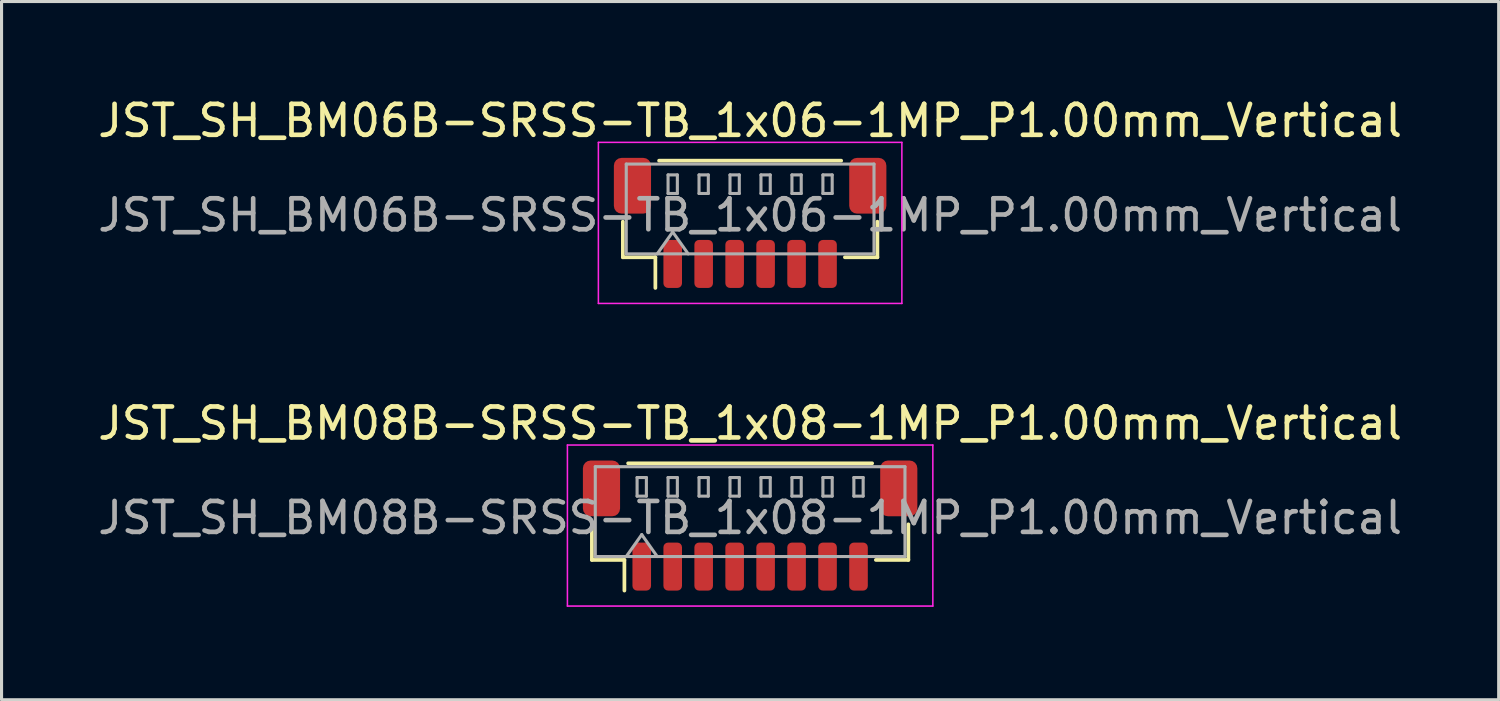
<source format=kicad_pcb>
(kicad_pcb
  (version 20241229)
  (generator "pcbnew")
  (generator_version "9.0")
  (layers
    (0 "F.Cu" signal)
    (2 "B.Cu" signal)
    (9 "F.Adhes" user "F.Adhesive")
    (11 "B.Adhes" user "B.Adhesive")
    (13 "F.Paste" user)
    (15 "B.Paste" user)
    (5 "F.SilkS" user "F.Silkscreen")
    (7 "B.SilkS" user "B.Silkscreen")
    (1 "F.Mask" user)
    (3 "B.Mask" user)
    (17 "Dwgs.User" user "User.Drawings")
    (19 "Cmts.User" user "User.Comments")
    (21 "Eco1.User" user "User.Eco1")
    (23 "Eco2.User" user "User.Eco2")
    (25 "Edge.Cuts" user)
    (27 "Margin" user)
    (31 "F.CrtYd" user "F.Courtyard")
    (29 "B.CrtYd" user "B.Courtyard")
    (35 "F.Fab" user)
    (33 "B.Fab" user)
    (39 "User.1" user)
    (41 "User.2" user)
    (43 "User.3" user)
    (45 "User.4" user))
  (footprint "JST_SH_BM06B-SRSS-TB_1x06-1MP_P1.00mm_Vertical"
    (layer "F.Cu")
    (at 21.173 4.148)
    (property "Reference" "JST_SH_BM06B-SRSS-TB_1x06-1MP_P1.00mm_Vertical" (at 0 -3.3 0) (layer "F.SilkS") (effects (font (size 1 1) (thickness 0.15))))
    (attr smd)
    (fp_line (start -4.11 -0.04) (end -4.11 1.11) (stroke (width 0.12) (type solid)) (layer "F.SilkS"))
    (fp_line (start -4.11 1.11) (end -3.06 1.11) (stroke (width 0.12) (type solid)) (layer "F.SilkS"))
    (fp_line (start -3.06 1.11) (end -3.06 2.1) (stroke (width 0.12) (type solid)) (layer "F.SilkS"))
    (fp_line (start -2.94 -2.01) (end 2.94 -2.01) (stroke (width 0.12) (type solid)) (layer "F.SilkS"))
    (fp_line (start 4.11 -0.04) (end 4.11 1.11) (stroke (width 0.12) (type solid)) (layer "F.SilkS"))
    (fp_line (start 4.11 1.11) (end 3.06 1.11) (stroke (width 0.12) (type solid)) (layer "F.SilkS"))
    (fp_line (start -4.9 -2.6) (end -4.9 2.6) (stroke (width 0.05) (type solid)) (layer "F.CrtYd"))
    (fp_line (start -4.9 2.6) (end 4.9 2.6) (stroke (width 0.05) (type solid)) (layer "F.CrtYd"))
    (fp_line (start 4.9 -2.6) (end -4.9 -2.6) (stroke (width 0.05) (type solid)) (layer "F.CrtYd"))
    (fp_line (start 4.9 2.6) (end 4.9 -2.6) (stroke (width 0.05) (type solid)) (layer "F.CrtYd"))
    (fp_line (start -4 -1.9) (end 4 -1.9) (stroke (width 0.1) (type solid)) (layer "F.Fab"))
    (fp_line (start -4 1) (end -4 -1.9) (stroke (width 0.1) (type solid)) (layer "F.Fab"))
    (fp_line (start -4 1) (end 4 1) (stroke (width 0.1) (type solid)) (layer "F.Fab"))
    (fp_line (start -3 1) (end -2.5 0.293) (stroke (width 0.1) (type solid)) (layer "F.Fab"))
    (fp_line (start -2.65 -1.55) (end -2.65 -0.95) (stroke (width 0.1) (type solid)) (layer "F.Fab"))
    (fp_line (start -2.65 -0.95) (end -2.35 -0.95) (stroke (width 0.1) (type solid)) (layer "F.Fab"))
    (fp_line (start -2.5 0.293) (end -2 1) (stroke (width 0.1) (type solid)) (layer "F.Fab"))
    (fp_line (start -2.35 -1.55) (end -2.65 -1.55) (stroke (width 0.1) (type solid)) (layer "F.Fab"))
    (fp_line (start -2.35 -0.95) (end -2.35 -1.55) (stroke (width 0.1) (type solid)) (layer "F.Fab"))
    (fp_line (start -1.65 -1.55) (end -1.65 -0.95) (stroke (width 0.1) (type solid)) (layer "F.Fab"))
    (fp_line (start -1.65 -0.95) (end -1.35 -0.95) (stroke (width 0.1) (type solid)) (layer "F.Fab"))
    (fp_line (start -1.35 -1.55) (end -1.65 -1.55) (stroke (width 0.1) (type solid)) (layer "F.Fab"))
    (fp_line (start -1.35 -0.95) (end -1.35 -1.55) (stroke (width 0.1) (type solid)) (layer "F.Fab"))
    (fp_line (start -0.65 -1.55) (end -0.65 -0.95) (stroke (width 0.1) (type solid)) (layer "F.Fab"))
    (fp_line (start -0.65 -0.95) (end -0.35 -0.95) (stroke (width 0.1) (type solid)) (layer "F.Fab"))
    (fp_line (start -0.35 -1.55) (end -0.65 -1.55) (stroke (width 0.1) (type solid)) (layer "F.Fab"))
    (fp_line (start -0.35 -0.95) (end -0.35 -1.55) (stroke (width 0.1) (type solid)) (layer "F.Fab"))
    (fp_line (start 0.35 -1.55) (end 0.35 -0.95) (stroke (width 0.1) (type solid)) (layer "F.Fab"))
    (fp_line (start 0.35 -0.95) (end 0.65 -0.95) (stroke (width 0.1) (type solid)) (layer "F.Fab"))
    (fp_line (start 0.65 -1.55) (end 0.35 -1.55) (stroke (width 0.1) (type solid)) (layer "F.Fab"))
    (fp_line (start 0.65 -0.95) (end 0.65 -1.55) (stroke (width 0.1) (type solid)) (layer "F.Fab"))
    (fp_line (start 1.35 -1.55) (end 1.35 -0.95) (stroke (width 0.1) (type solid)) (layer "F.Fab"))
    (fp_line (start 1.35 -0.95) (end 1.65 -0.95) (stroke (width 0.1) (type solid)) (layer "F.Fab"))
    (fp_line (start 1.65 -1.55) (end 1.35 -1.55) (stroke (width 0.1) (type solid)) (layer "F.Fab"))
    (fp_line (start 1.65 -0.95) (end 1.65 -1.55) (stroke (width 0.1) (type solid)) (layer "F.Fab"))
    (fp_line (start 2.35 -1.55) (end 2.35 -0.95) (stroke (width 0.1) (type solid)) (layer "F.Fab"))
    (fp_line (start 2.35 -0.95) (end 2.65 -0.95) (stroke (width 0.1) (type solid)) (layer "F.Fab"))
    (fp_line (start 2.65 -1.55) (end 2.35 -1.55) (stroke (width 0.1) (type solid)) (layer "F.Fab"))
    (fp_line (start 2.65 -0.95) (end 2.65 -1.55) (stroke (width 0.1) (type solid)) (layer "F.Fab"))
    (fp_line (start 4 1) (end 4 -1.9) (stroke (width 0.1) (type solid)) (layer "F.Fab"))
    (fp_text user "${REFERENCE}" (at 0 -0.25 0) (layer "F.Fab") (effects (font (size 1 1) (thickness 0.15))))
    (pad "1" smd roundrect (at -2.5 1.325) (size 0.6 1.55) (layers "F.Cu" "F.Mask" "F.Paste") (roundrect_rratio 0.25))
    (pad "2" smd roundrect (at -1.5 1.325) (size 0.6 1.55) (layers "F.Cu" "F.Mask" "F.Paste") (roundrect_rratio 0.25))
    (pad "3" smd roundrect (at -0.5 1.325) (size 0.6 1.55) (layers "F.Cu" "F.Mask" "F.Paste") (roundrect_rratio 0.25))
    (pad "4" smd roundrect (at 0.5 1.325) (size 0.6 1.55) (layers "F.Cu" "F.Mask" "F.Paste") (roundrect_rratio 0.25))
    (pad "5" smd roundrect (at 1.5 1.325) (size 0.6 1.55) (layers "F.Cu" "F.Mask" "F.Paste") (roundrect_rratio 0.25))
    (pad "6" smd roundrect (at 2.5 1.325) (size 0.6 1.55) (layers "F.Cu" "F.Mask" "F.Paste") (roundrect_rratio 0.25))
    (pad "MP" smd roundrect (at -3.8 -1.2) (size 1.2 1.8) (layers "F.Cu" "F.Mask" "F.Paste") (roundrect_rratio 0.208))
    (pad "MP" smd roundrect (at 3.8 -1.2) (size 1.2 1.8) (layers "F.Cu" "F.Mask" "F.Paste") (roundrect_rratio 0.208)))
  (footprint "JST_SH_BM08B-SRSS-TB_1x08-1MP_P1.00mm_Vertical"
    (layer "F.Cu")
    (at 21.173 13.921)
    (property "Reference" "JST_SH_BM08B-SRSS-TB_1x08-1MP_P1.00mm_Vertical" (at 0 -3.3 0) (layer "F.SilkS") (effects (font (size 1 1) (thickness 0.15))))
    (attr smd)
    (fp_line (start -5.11 -0.04) (end -5.11 1.11) (stroke (width 0.12) (type solid)) (layer "F.SilkS"))
    (fp_line (start -5.11 1.11) (end -4.06 1.11) (stroke (width 0.12) (type solid)) (layer "F.SilkS"))
    (fp_line (start -4.06 1.11) (end -4.06 2.1) (stroke (width 0.12) (type solid)) (layer "F.SilkS"))
    (fp_line (start -3.94 -2.01) (end 3.94 -2.01) (stroke (width 0.12) (type solid)) (layer "F.SilkS"))
    (fp_line (start 5.11 -0.04) (end 5.11 1.11) (stroke (width 0.12) (type solid)) (layer "F.SilkS"))
    (fp_line (start 5.11 1.11) (end 4.06 1.11) (stroke (width 0.12) (type solid)) (layer "F.SilkS"))
    (fp_line (start -5.9 -2.6) (end -5.9 2.6) (stroke (width 0.05) (type solid)) (layer "F.CrtYd"))
    (fp_line (start -5.9 2.6) (end 5.9 2.6) (stroke (width 0.05) (type solid)) (layer "F.CrtYd"))
    (fp_line (start 5.9 -2.6) (end -5.9 -2.6) (stroke (width 0.05) (type solid)) (layer "F.CrtYd"))
    (fp_line (start 5.9 2.6) (end 5.9 -2.6) (stroke (width 0.05) (type solid)) (layer "F.CrtYd"))
    (fp_line (start -5 -1.9) (end 5 -1.9) (stroke (width 0.1) (type solid)) (layer "F.Fab"))
    (fp_line (start -5 1) (end -5 -1.9) (stroke (width 0.1) (type solid)) (layer "F.Fab"))
    (fp_line (start -5 1) (end 5 1) (stroke (width 0.1) (type solid)) (layer "F.Fab"))
    (fp_line (start -4 1) (end -3.5 0.293) (stroke (width 0.1) (type solid)) (layer "F.Fab"))
    (fp_line (start -3.65 -1.55) (end -3.65 -0.95) (stroke (width 0.1) (type solid)) (layer "F.Fab"))
    (fp_line (start -3.65 -0.95) (end -3.35 -0.95) (stroke (width 0.1) (type solid)) (layer "F.Fab"))
    (fp_line (start -3.5 0.293) (end -3 1) (stroke (width 0.1) (type solid)) (layer "F.Fab"))
    (fp_line (start -3.35 -1.55) (end -3.65 -1.55) (stroke (width 0.1) (type solid)) (layer "F.Fab"))
    (fp_line (start -3.35 -0.95) (end -3.35 -1.55) (stroke (width 0.1) (type solid)) (layer "F.Fab"))
    (fp_line (start -2.65 -1.55) (end -2.65 -0.95) (stroke (width 0.1) (type solid)) (layer "F.Fab"))
    (fp_line (start -2.65 -0.95) (end -2.35 -0.95) (stroke (width 0.1) (type solid)) (layer "F.Fab"))
    (fp_line (start -2.35 -1.55) (end -2.65 -1.55) (stroke (width 0.1) (type solid)) (layer "F.Fab"))
    (fp_line (start -2.35 -0.95) (end -2.35 -1.55) (stroke (width 0.1) (type solid)) (layer "F.Fab"))
    (fp_line (start -1.65 -1.55) (end -1.65 -0.95) (stroke (width 0.1) (type solid)) (layer "F.Fab"))
    (fp_line (start -1.65 -0.95) (end -1.35 -0.95) (stroke (width 0.1) (type solid)) (layer "F.Fab"))
    (fp_line (start -1.35 -1.55) (end -1.65 -1.55) (stroke (width 0.1) (type solid)) (layer "F.Fab"))
    (fp_line (start -1.35 -0.95) (end -1.35 -1.55) (stroke (width 0.1) (type solid)) (layer "F.Fab"))
    (fp_line (start -0.65 -1.55) (end -0.65 -0.95) (stroke (width 0.1) (type solid)) (layer "F.Fab"))
    (fp_line (start -0.65 -0.95) (end -0.35 -0.95) (stroke (width 0.1) (type solid)) (layer "F.Fab"))
    (fp_line (start -0.35 -1.55) (end -0.65 -1.55) (stroke (width 0.1) (type solid)) (layer "F.Fab"))
    (fp_line (start -0.35 -0.95) (end -0.35 -1.55) (stroke (width 0.1) (type solid)) (layer "F.Fab"))
    (fp_line (start 0.35 -1.55) (end 0.35 -0.95) (stroke (width 0.1) (type solid)) (layer "F.Fab"))
    (fp_line (start 0.35 -0.95) (end 0.65 -0.95) (stroke (width 0.1) (type solid)) (layer "F.Fab"))
    (fp_line (start 0.65 -1.55) (end 0.35 -1.55) (stroke (width 0.1) (type solid)) (layer "F.Fab"))
    (fp_line (start 0.65 -0.95) (end 0.65 -1.55) (stroke (width 0.1) (type solid)) (layer "F.Fab"))
    (fp_line (start 1.35 -1.55) (end 1.35 -0.95) (stroke (width 0.1) (type solid)) (layer "F.Fab"))
    (fp_line (start 1.35 -0.95) (end 1.65 -0.95) (stroke (width 0.1) (type solid)) (layer "F.Fab"))
    (fp_line (start 1.65 -1.55) (end 1.35 -1.55) (stroke (width 0.1) (type solid)) (layer "F.Fab"))
    (fp_line (start 1.65 -0.95) (end 1.65 -1.55) (stroke (width 0.1) (type solid)) (layer "F.Fab"))
    (fp_line (start 2.35 -1.55) (end 2.35 -0.95) (stroke (width 0.1) (type solid)) (layer "F.Fab"))
    (fp_line (start 2.35 -0.95) (end 2.65 -0.95) (stroke (width 0.1) (type solid)) (layer "F.Fab"))
    (fp_line (start 2.65 -1.55) (end 2.35 -1.55) (stroke (width 0.1) (type solid)) (layer "F.Fab"))
    (fp_line (start 2.65 -0.95) (end 2.65 -1.55) (stroke (width 0.1) (type solid)) (layer "F.Fab"))
    (fp_line (start 3.35 -1.55) (end 3.35 -0.95) (stroke (width 0.1) (type solid)) (layer "F.Fab"))
    (fp_line (start 3.35 -0.95) (end 3.65 -0.95) (stroke (width 0.1) (type solid)) (layer "F.Fab"))
    (fp_line (start 3.65 -1.55) (end 3.35 -1.55) (stroke (width 0.1) (type solid)) (layer "F.Fab"))
    (fp_line (start 3.65 -0.95) (end 3.65 -1.55) (stroke (width 0.1) (type solid)) (layer "F.Fab"))
    (fp_line (start 5 1) (end 5 -1.9) (stroke (width 0.1) (type solid)) (layer "F.Fab"))
    (fp_text user "${REFERENCE}" (at 0 -0.25 0) (layer "F.Fab") (effects (font (size 1 1) (thickness 0.15))))
    (pad "1" smd roundrect (at -3.5 1.325) (size 0.6 1.55) (layers "F.Cu" "F.Mask" "F.Paste") (roundrect_rratio 0.25))
    (pad "2" smd roundrect (at -2.5 1.325) (size 0.6 1.55) (layers "F.Cu" "F.Mask" "F.Paste") (roundrect_rratio 0.25))
    (pad "3" smd roundrect (at -1.5 1.325) (size 0.6 1.55) (layers "F.Cu" "F.Mask" "F.Paste") (roundrect_rratio 0.25))
    (pad "4" smd roundrect (at -0.5 1.325) (size 0.6 1.55) (layers "F.Cu" "F.Mask" "F.Paste") (roundrect_rratio 0.25))
    (pad "5" smd roundrect (at 0.5 1.325) (size 0.6 1.55) (layers "F.Cu" "F.Mask" "F.Paste") (roundrect_rratio 0.25))
    (pad "6" smd roundrect (at 1.5 1.325) (size 0.6 1.55) (layers "F.Cu" "F.Mask" "F.Paste") (roundrect_rratio 0.25))
    (pad "7" smd roundrect (at 2.5 1.325) (size 0.6 1.55) (layers "F.Cu" "F.Mask" "F.Paste") (roundrect_rratio 0.25))
    (pad "8" smd roundrect (at 3.5 1.325) (size 0.6 1.55) (layers "F.Cu" "F.Mask" "F.Paste") (roundrect_rratio 0.25))
    (pad "MP" smd roundrect (at -4.8 -1.2) (size 1.2 1.8) (layers "F.Cu" "F.Mask" "F.Paste") (roundrect_rratio 0.208))
    (pad "MP" smd roundrect (at 4.8 -1.2) (size 1.2 1.8) (layers "F.Cu" "F.Mask" "F.Paste") (roundrect_rratio 0.208)))
  (gr_rect
    (start -3 -3)
    (end 45.345 19.547)
    (stroke (width 0.1) (type default))
    (fill no)
    (layer "Edge.Cuts")))
</source>
